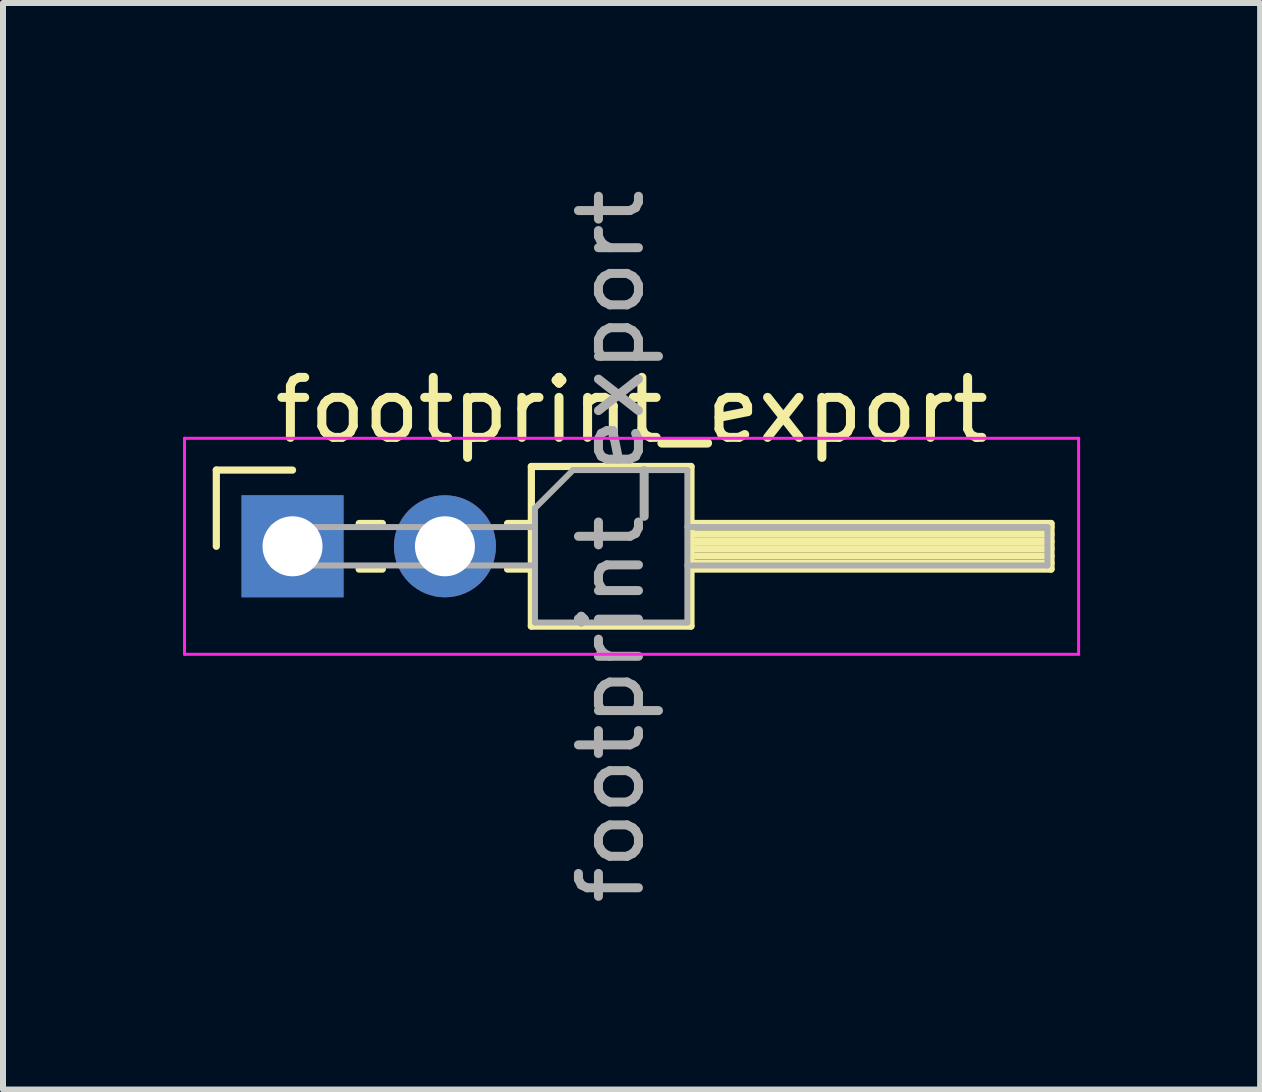
<source format=kicad_pcb>
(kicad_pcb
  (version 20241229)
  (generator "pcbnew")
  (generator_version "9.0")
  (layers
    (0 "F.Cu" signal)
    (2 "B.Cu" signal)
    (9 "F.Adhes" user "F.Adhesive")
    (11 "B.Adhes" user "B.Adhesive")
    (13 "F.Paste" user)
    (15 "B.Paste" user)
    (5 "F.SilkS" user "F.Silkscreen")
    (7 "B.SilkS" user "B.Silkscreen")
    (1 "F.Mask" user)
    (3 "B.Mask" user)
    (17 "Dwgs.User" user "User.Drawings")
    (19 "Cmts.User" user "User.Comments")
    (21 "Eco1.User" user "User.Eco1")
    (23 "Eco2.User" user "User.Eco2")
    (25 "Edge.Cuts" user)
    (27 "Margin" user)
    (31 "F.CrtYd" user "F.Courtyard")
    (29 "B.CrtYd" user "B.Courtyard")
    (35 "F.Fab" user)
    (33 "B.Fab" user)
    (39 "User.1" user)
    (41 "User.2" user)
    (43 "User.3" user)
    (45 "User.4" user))
  (footprint "footprint_export"
    (layer "F.Cu")
    (at 1.825 6.054)
    (property "Reference" "footprint_export" (at 5.655 -2.27 0) (layer "F.SilkS") (effects (font (size 1 1) (thickness 0.15))))
    (attr through_hole)
    (fp_line (start -1.27 -1.27) (end 0 -1.27) (stroke (width 0.12) (type solid)) (layer "F.SilkS"))
    (fp_line (start -1.27 0) (end -1.27 -1.27) (stroke (width 0.12) (type solid)) (layer "F.SilkS"))
    (fp_line (start 1.11 -0.38) (end 1.497 -0.38) (stroke (width 0.12) (type solid)) (layer "F.SilkS"))
    (fp_line (start 1.11 0.38) (end 1.497 0.38) (stroke (width 0.12) (type solid)) (layer "F.SilkS"))
    (fp_line (start 3.583 -0.38) (end 3.98 -0.38) (stroke (width 0.12) (type solid)) (layer "F.SilkS"))
    (fp_line (start 3.583 0.38) (end 3.98 0.38) (stroke (width 0.12) (type solid)) (layer "F.SilkS"))
    (fp_line (start 3.98 -1.33) (end 3.98 1.33) (stroke (width 0.12) (type solid)) (layer "F.SilkS"))
    (fp_line (start 3.98 1.33) (end 6.64 1.33) (stroke (width 0.12) (type solid)) (layer "F.SilkS"))
    (fp_line (start 6.64 -1.33) (end 3.98 -1.33) (stroke (width 0.12) (type solid)) (layer "F.SilkS"))
    (fp_line (start 6.64 -0.38) (end 12.64 -0.38) (stroke (width 0.12) (type solid)) (layer "F.SilkS"))
    (fp_line (start 6.64 -0.32) (end 12.64 -0.32) (stroke (width 0.12) (type solid)) (layer "F.SilkS"))
    (fp_line (start 6.64 -0.2) (end 12.64 -0.2) (stroke (width 0.12) (type solid)) (layer "F.SilkS"))
    (fp_line (start 6.64 -0.08) (end 12.64 -0.08) (stroke (width 0.12) (type solid)) (layer "F.SilkS"))
    (fp_line (start 6.64 0.04) (end 12.64 0.04) (stroke (width 0.12) (type solid)) (layer "F.SilkS"))
    (fp_line (start 6.64 0.16) (end 12.64 0.16) (stroke (width 0.12) (type solid)) (layer "F.SilkS"))
    (fp_line (start 6.64 0.28) (end 12.64 0.28) (stroke (width 0.12) (type solid)) (layer "F.SilkS"))
    (fp_line (start 6.64 1.33) (end 6.64 -1.33) (stroke (width 0.12) (type solid)) (layer "F.SilkS"))
    (fp_line (start 12.64 -0.38) (end 12.64 0.38) (stroke (width 0.12) (type solid)) (layer "F.SilkS"))
    (fp_line (start 12.64 0.38) (end 6.64 0.38) (stroke (width 0.12) (type solid)) (layer "F.SilkS"))
    (fp_line (start -1.8 -1.8) (end -1.8 1.8) (stroke (width 0.05) (type solid)) (layer "F.CrtYd"))
    (fp_line (start -1.8 1.8) (end 13.1 1.8) (stroke (width 0.05) (type solid)) (layer "F.CrtYd"))
    (fp_line (start 13.1 -1.8) (end -1.8 -1.8) (stroke (width 0.05) (type solid)) (layer "F.CrtYd"))
    (fp_line (start 13.1 1.8) (end 13.1 -1.8) (stroke (width 0.05) (type solid)) (layer "F.CrtYd"))
    (fp_line (start -0.32 -0.32) (end -0.32 0.32) (stroke (width 0.1) (type solid)) (layer "F.Fab"))
    (fp_line (start -0.32 -0.32) (end 4.04 -0.32) (stroke (width 0.1) (type solid)) (layer "F.Fab"))
    (fp_line (start -0.32 0.32) (end 4.04 0.32) (stroke (width 0.1) (type solid)) (layer "F.Fab"))
    (fp_line (start 4.04 -0.635) (end 4.675 -1.27) (stroke (width 0.1) (type solid)) (layer "F.Fab"))
    (fp_line (start 4.04 1.27) (end 4.04 -0.635) (stroke (width 0.1) (type solid)) (layer "F.Fab"))
    (fp_line (start 4.675 -1.27) (end 6.58 -1.27) (stroke (width 0.1) (type solid)) (layer "F.Fab"))
    (fp_line (start 6.58 -1.27) (end 6.58 1.27) (stroke (width 0.1) (type solid)) (layer "F.Fab"))
    (fp_line (start 6.58 -0.32) (end 12.58 -0.32) (stroke (width 0.1) (type solid)) (layer "F.Fab"))
    (fp_line (start 6.58 0.32) (end 12.58 0.32) (stroke (width 0.1) (type solid)) (layer "F.Fab"))
    (fp_line (start 6.58 1.27) (end 4.04 1.27) (stroke (width 0.1) (type solid)) (layer "F.Fab"))
    (fp_line (start 12.58 -0.32) (end 12.58 0.32) (stroke (width 0.1) (type solid)) (layer "F.Fab"))
    (fp_text user "${REFERENCE}" (at 5.31 0 90) (layer "F.Fab") (effects (font (size 1 1) (thickness 0.15))))
    (pad "1" thru_hole rect (at 0 0) (size 1.7 1.7) (drill 1) (layers "*.Cu" "*.Mask"))
    (pad "2" thru_hole oval (at 2.54 0) (size 1.7 1.7) (drill 1) (layers "*.Cu" "*.Mask")))
  (gr_rect
    (start -3 -3)
    (end 17.95 15.107)
    (stroke (width 0.1) (type default))
    (fill no)
    (layer "Edge.Cuts")))
</source>
